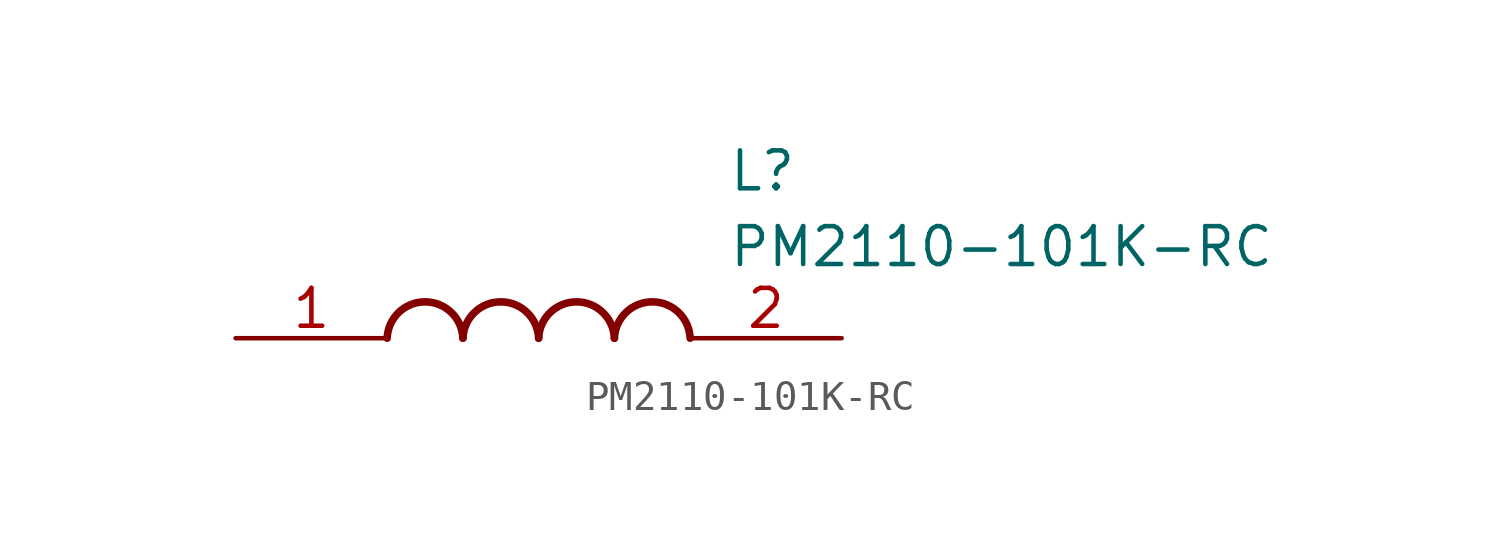
<source format=kicad_sym>
(kicad_symbol_lib
  (version 20211014)
  (generator SamacSys_ECAD_Model)
  (symbol "PM2110-101K-RC"
    (pin_names hide)
    (property "Reference" "L"
      (at 16.51 6.35 0)
      (effects (font (size 1.27 1.27)) (justify left top)))
    (property "Value" "PM2110-101K-RC"
      (at 16.51 3.81 0)
      (effects (font (size 1.27 1.27)) (justify left top)))
    (arc
      (start 7.62 0)
      (mid 6.35 1.219)
      (end 5.08 0)
      (stroke (width 0.254) (type default))
      (fill (type none)))
    (arc
      (start 10.16 0)
      (mid 8.89 1.219)
      (end 7.62 0)
      (stroke (width 0.254) (type default))
      (fill (type none)))
    (arc
      (start 12.7 0)
      (mid 11.43 1.219)
      (end 10.16 0)
      (stroke (width 0.254) (type default))
      (fill (type none)))
    (arc
      (start 15.24 0)
      (mid 13.97 1.219)
      (end 12.7 0)
      (stroke (width 0.254) (type default))
      (fill (type none)))
    (pin passive line
      (at 0 0 0)
      (length 5.08)
      (name "1" (effects (font (size 1.27 1.27))))
      (number "1" (effects (font (size 1.27 1.27)))))
    (pin passive line
      (at 20.32 0 180)
      (length 5.08)
      (name "2" (effects (font (size 1.27 1.27))))
      (number "2" (effects (font (size 1.27 1.27)))))))
</source>
